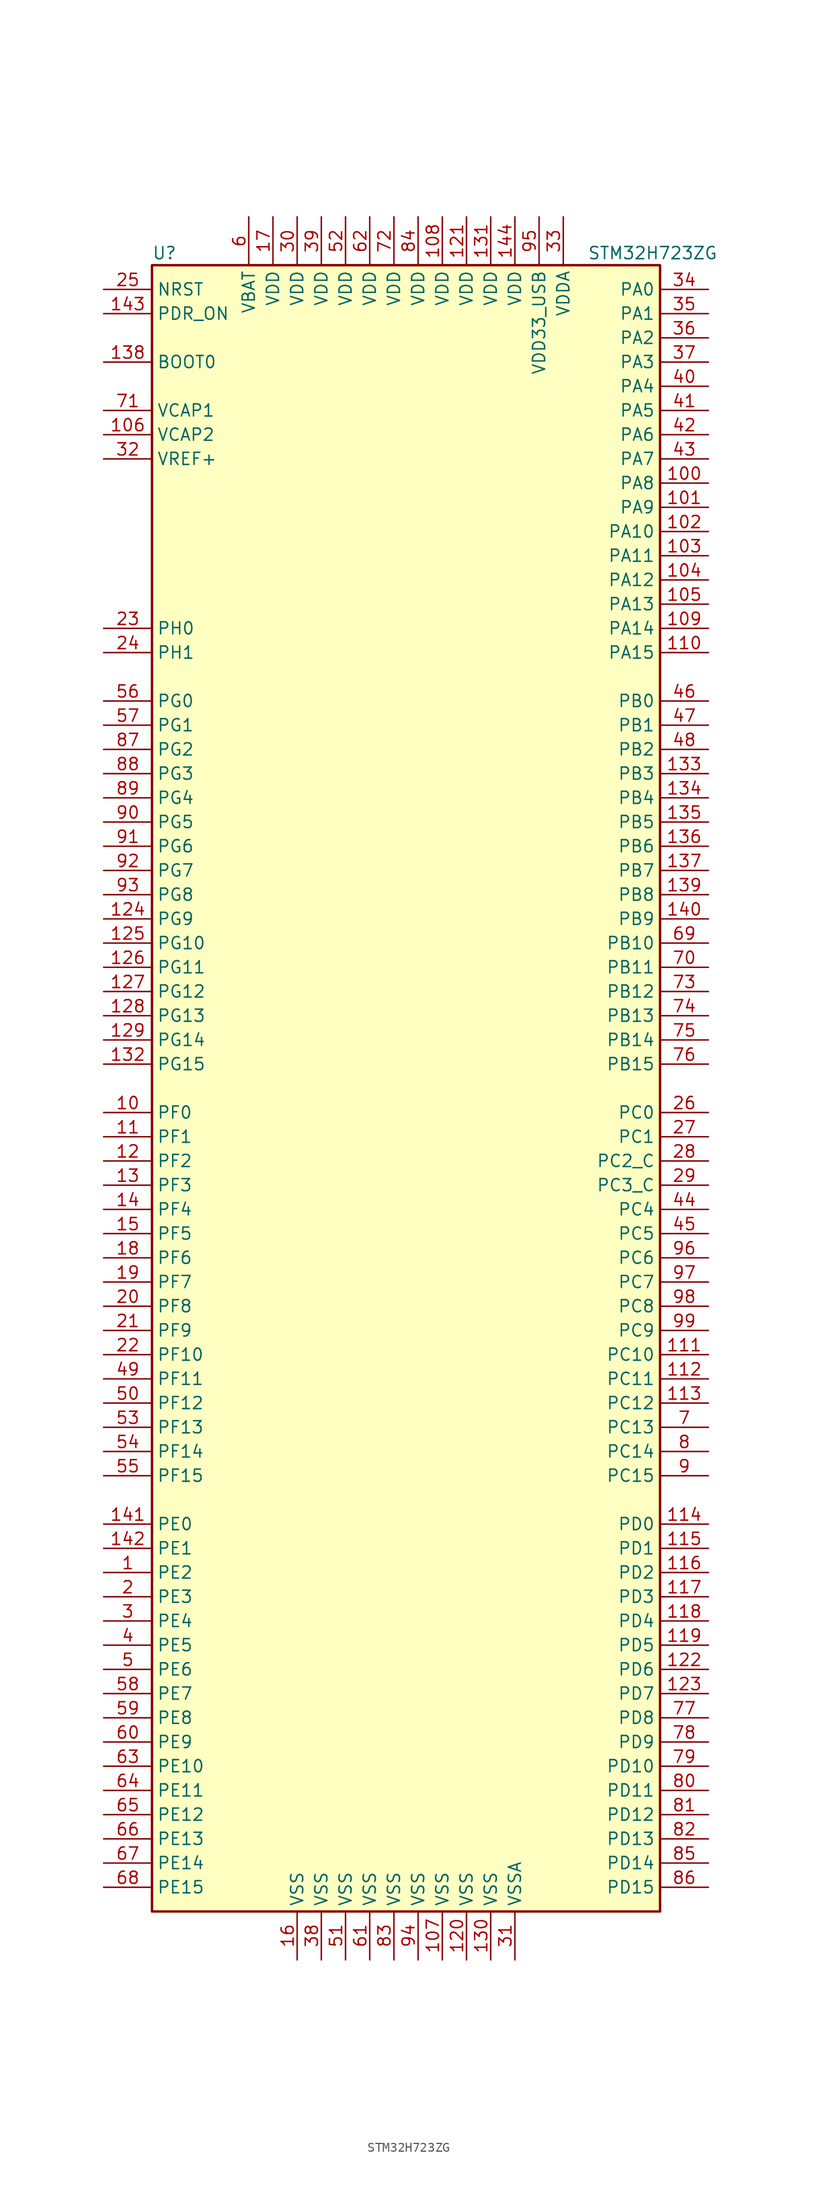
<source format=kicad_sym>
(kicad_symbol_lib
  (version 20241209)
  (generator "kicad_symbol_editor")
  (generator_version "9.0")
  (symbol "STM32H723ZG"
    (property "Reference" "U"
      (at -27.94 87.63 0)
      (effects (font (size 1.27 1.27)) (justify left)))
    (property "Value" "STM32H723ZG"
      (at 17.78 87.63 0)
      (effects (font (size 1.27 1.27)) (justify left)))
    (symbol "STM32H723ZG_0_1"
      (rectangle (start -27.94 -86.36) (end 25.4 86.36) (stroke (width 0.254) (type default)) (fill (type background))))
    (symbol "STM32H723ZG_1_1"
      (pin input line (at -33.02 83.82 0) (length 5.08) (name "NRST" (effects (font (size 1.27 1.27)))) (number "25" (effects (font (size 1.27 1.27)))))
      (pin input line (at -33.02 81.28 0) (length 5.08) (name "PDR_ON" (effects (font (size 1.27 1.27)))) (number "143" (effects (font (size 1.27 1.27)))))
      (pin input line (at -33.02 76.2 0) (length 5.08) (name "BOOT0" (effects (font (size 1.27 1.27)))) (number "138" (effects (font (size 1.27 1.27)))))
      (pin power_in line (at -33.02 71.12 0) (length 5.08) (name "VCAP1" (effects (font (size 1.27 1.27)))) (number "71" (effects (font (size 1.27 1.27)))))
      (pin power_in line (at -33.02 68.58 0) (length 5.08) (name "VCAP2" (effects (font (size 1.27 1.27)))) (number "106" (effects (font (size 1.27 1.27)))))
      (pin bidirectional line (at -33.02 66.04 0) (length 5.08) (name "VREF+" (effects (font (size 1.27 1.27)))) (number "32" (effects (font (size 1.27 1.27)))))
      (pin input line (at -33.02 48.26 0) (length 5.08) (name "PH0" (effects (font (size 1.27 1.27)))) (number "23" (effects (font (size 1.27 1.27)))))
      (pin input line (at -33.02 45.72 0) (length 5.08) (name "PH1" (effects (font (size 1.27 1.27)))) (number "24" (effects (font (size 1.27 1.27)))))
      (pin bidirectional line (at -33.02 40.64 0) (length 5.08) (name "PG0" (effects (font (size 1.27 1.27)))) (number "56" (effects (font (size 1.27 1.27)))))
      (pin bidirectional line (at -33.02 38.1 0) (length 5.08) (name "PG1" (effects (font (size 1.27 1.27)))) (number "57" (effects (font (size 1.27 1.27)))))
      (pin bidirectional line (at -33.02 35.56 0) (length 5.08) (name "PG2" (effects (font (size 1.27 1.27)))) (number "87" (effects (font (size 1.27 1.27)))))
      (pin bidirectional line (at -33.02 33.02 0) (length 5.08) (name "PG3" (effects (font (size 1.27 1.27)))) (number "88" (effects (font (size 1.27 1.27)))))
      (pin bidirectional line (at -33.02 30.48 0) (length 5.08) (name "PG4" (effects (font (size 1.27 1.27)))) (number "89" (effects (font (size 1.27 1.27)))))
      (pin bidirectional line (at -33.02 27.94 0) (length 5.08) (name "PG5" (effects (font (size 1.27 1.27)))) (number "90" (effects (font (size 1.27 1.27)))))
      (pin bidirectional line (at -33.02 25.4 0) (length 5.08) (name "PG6" (effects (font (size 1.27 1.27)))) (number "91" (effects (font (size 1.27 1.27)))))
      (pin bidirectional line (at -33.02 22.86 0) (length 5.08) (name "PG7" (effects (font (size 1.27 1.27)))) (number "92" (effects (font (size 1.27 1.27)))))
      (pin bidirectional line (at -33.02 20.32 0) (length 5.08) (name "PG8" (effects (font (size 1.27 1.27)))) (number "93" (effects (font (size 1.27 1.27)))))
      (pin bidirectional line (at -33.02 17.78 0) (length 5.08) (name "PG9" (effects (font (size 1.27 1.27)))) (number "124" (effects (font (size 1.27 1.27)))))
      (pin bidirectional line (at -33.02 15.24 0) (length 5.08) (name "PG10" (effects (font (size 1.27 1.27)))) (number "125" (effects (font (size 1.27 1.27)))))
      (pin bidirectional line (at -33.02 12.7 0) (length 5.08) (name "PG11" (effects (font (size 1.27 1.27)))) (number "126" (effects (font (size 1.27 1.27)))))
      (pin bidirectional line (at -33.02 10.16 0) (length 5.08) (name "PG12" (effects (font (size 1.27 1.27)))) (number "127" (effects (font (size 1.27 1.27)))))
      (pin bidirectional line (at -33.02 7.62 0) (length 5.08) (name "PG13" (effects (font (size 1.27 1.27)))) (number "128" (effects (font (size 1.27 1.27)))))
      (pin bidirectional line (at -33.02 5.08 0) (length 5.08) (name "PG14" (effects (font (size 1.27 1.27)))) (number "129" (effects (font (size 1.27 1.27)))))
      (pin bidirectional line (at -33.02 2.54 0) (length 5.08) (name "PG15" (effects (font (size 1.27 1.27)))) (number "132" (effects (font (size 1.27 1.27)))))
      (pin bidirectional line (at -33.02 -2.54 0) (length 5.08) (name "PF0" (effects (font (size 1.27 1.27)))) (number "10" (effects (font (size 1.27 1.27)))))
      (pin bidirectional line (at -33.02 -5.08 0) (length 5.08) (name "PF1" (effects (font (size 1.27 1.27)))) (number "11" (effects (font (size 1.27 1.27)))))
      (pin bidirectional line (at -33.02 -7.62 0) (length 5.08) (name "PF2" (effects (font (size 1.27 1.27)))) (number "12" (effects (font (size 1.27 1.27)))))
      (pin bidirectional line (at -33.02 -10.16 0) (length 5.08) (name "PF3" (effects (font (size 1.27 1.27)))) (number "13" (effects (font (size 1.27 1.27)))))
      (pin bidirectional line (at -33.02 -12.7 0) (length 5.08) (name "PF4" (effects (font (size 1.27 1.27)))) (number "14" (effects (font (size 1.27 1.27)))))
      (pin bidirectional line (at -33.02 -15.24 0) (length 5.08) (name "PF5" (effects (font (size 1.27 1.27)))) (number "15" (effects (font (size 1.27 1.27)))))
      (pin bidirectional line (at -33.02 -17.78 0) (length 5.08) (name "PF6" (effects (font (size 1.27 1.27)))) (number "18" (effects (font (size 1.27 1.27)))))
      (pin bidirectional line (at -33.02 -20.32 0) (length 5.08) (name "PF7" (effects (font (size 1.27 1.27)))) (number "19" (effects (font (size 1.27 1.27)))))
      (pin bidirectional line (at -33.02 -22.86 0) (length 5.08) (name "PF8" (effects (font (size 1.27 1.27)))) (number "20" (effects (font (size 1.27 1.27)))))
      (pin bidirectional line (at -33.02 -25.4 0) (length 5.08) (name "PF9" (effects (font (size 1.27 1.27)))) (number "21" (effects (font (size 1.27 1.27)))))
      (pin bidirectional line (at -33.02 -27.94 0) (length 5.08) (name "PF10" (effects (font (size 1.27 1.27)))) (number "22" (effects (font (size 1.27 1.27)))))
      (pin bidirectional line (at -33.02 -30.48 0) (length 5.08) (name "PF11" (effects (font (size 1.27 1.27)))) (number "49" (effects (font (size 1.27 1.27)))))
      (pin bidirectional line (at -33.02 -33.02 0) (length 5.08) (name "PF12" (effects (font (size 1.27 1.27)))) (number "50" (effects (font (size 1.27 1.27)))))
      (pin bidirectional line (at -33.02 -35.56 0) (length 5.08) (name "PF13" (effects (font (size 1.27 1.27)))) (number "53" (effects (font (size 1.27 1.27)))))
      (pin bidirectional line (at -33.02 -38.1 0) (length 5.08) (name "PF14" (effects (font (size 1.27 1.27)))) (number "54" (effects (font (size 1.27 1.27)))))
      (pin bidirectional line (at -33.02 -40.64 0) (length 5.08) (name "PF15" (effects (font (size 1.27 1.27)))) (number "55" (effects (font (size 1.27 1.27)))))
      (pin bidirectional line (at -33.02 -45.72 0) (length 5.08) (name "PE0" (effects (font (size 1.27 1.27)))) (number "141" (effects (font (size 1.27 1.27)))))
      (pin bidirectional line (at -33.02 -48.26 0) (length 5.08) (name "PE1" (effects (font (size 1.27 1.27)))) (number "142" (effects (font (size 1.27 1.27)))))
      (pin bidirectional line (at -33.02 -50.8 0) (length 5.08) (name "PE2" (effects (font (size 1.27 1.27)))) (number "1" (effects (font (size 1.27 1.27)))))
      (pin bidirectional line (at -33.02 -53.34 0) (length 5.08) (name "PE3" (effects (font (size 1.27 1.27)))) (number "2" (effects (font (size 1.27 1.27)))))
      (pin bidirectional line (at -33.02 -55.88 0) (length 5.08) (name "PE4" (effects (font (size 1.27 1.27)))) (number "3" (effects (font (size 1.27 1.27)))))
      (pin bidirectional line (at -33.02 -58.42 0) (length 5.08) (name "PE5" (effects (font (size 1.27 1.27)))) (number "4" (effects (font (size 1.27 1.27)))))
      (pin bidirectional line (at -33.02 -60.96 0) (length 5.08) (name "PE6" (effects (font (size 1.27 1.27)))) (number "5" (effects (font (size 1.27 1.27)))))
      (pin bidirectional line (at -33.02 -63.5 0) (length 5.08) (name "PE7" (effects (font (size 1.27 1.27)))) (number "58" (effects (font (size 1.27 1.27)))))
      (pin bidirectional line (at -33.02 -66.04 0) (length 5.08) (name "PE8" (effects (font (size 1.27 1.27)))) (number "59" (effects (font (size 1.27 1.27)))))
      (pin bidirectional line (at -33.02 -68.58 0) (length 5.08) (name "PE9" (effects (font (size 1.27 1.27)))) (number "60" (effects (font (size 1.27 1.27)))))
      (pin bidirectional line (at -33.02 -71.12 0) (length 5.08) (name "PE10" (effects (font (size 1.27 1.27)))) (number "63" (effects (font (size 1.27 1.27)))))
      (pin bidirectional line (at -33.02 -73.66 0) (length 5.08) (name "PE11" (effects (font (size 1.27 1.27)))) (number "64" (effects (font (size 1.27 1.27)))))
      (pin bidirectional line (at -33.02 -76.2 0) (length 5.08) (name "PE12" (effects (font (size 1.27 1.27)))) (number "65" (effects (font (size 1.27 1.27)))))
      (pin bidirectional line (at -33.02 -78.74 0) (length 5.08) (name "PE13" (effects (font (size 1.27 1.27)))) (number "66" (effects (font (size 1.27 1.27)))))
      (pin bidirectional line (at -33.02 -81.28 0) (length 5.08) (name "PE14" (effects (font (size 1.27 1.27)))) (number "67" (effects (font (size 1.27 1.27)))))
      (pin bidirectional line (at -33.02 -83.82 0) (length 5.08) (name "PE15" (effects (font (size 1.27 1.27)))) (number "68" (effects (font (size 1.27 1.27)))))
      (pin power_in line (at -17.78 91.44 270) (length 5.08) (name "VBAT" (effects (font (size 1.27 1.27)))) (number "6" (effects (font (size 1.27 1.27)))))
      (pin power_in line (at -15.24 91.44 270) (length 5.08) (name "VDD" (effects (font (size 1.27 1.27)))) (number "17" (effects (font (size 1.27 1.27)))))
      (pin power_in line (at -12.7 91.44 270) (length 5.08) (name "VDD" (effects (font (size 1.27 1.27)))) (number "30" (effects (font (size 1.27 1.27)))))
      (pin power_in line (at -12.7 -91.44 90) (length 5.08) (name "VSS" (effects (font (size 1.27 1.27)))) (number "16" (effects (font (size 1.27 1.27)))))
      (pin power_in line (at -10.16 91.44 270) (length 5.08) (name "VDD" (effects (font (size 1.27 1.27)))) (number "39" (effects (font (size 1.27 1.27)))))
      (pin power_in line (at -10.16 -91.44 90) (length 5.08) (name "VSS" (effects (font (size 1.27 1.27)))) (number "38" (effects (font (size 1.27 1.27)))))
      (pin power_in line (at -7.62 91.44 270) (length 5.08) (name "VDD" (effects (font (size 1.27 1.27)))) (number "52" (effects (font (size 1.27 1.27)))))
      (pin power_in line (at -7.62 -91.44 90) (length 5.08) (name "VSS" (effects (font (size 1.27 1.27)))) (number "51" (effects (font (size 1.27 1.27)))))
      (pin power_in line (at -5.08 91.44 270) (length 5.08) (name "VDD" (effects (font (size 1.27 1.27)))) (number "62" (effects (font (size 1.27 1.27)))))
      (pin power_in line (at -5.08 -91.44 90) (length 5.08) (name "VSS" (effects (font (size 1.27 1.27)))) (number "61" (effects (font (size 1.27 1.27)))))
      (pin power_in line (at -2.54 91.44 270) (length 5.08) (name "VDD" (effects (font (size 1.27 1.27)))) (number "72" (effects (font (size 1.27 1.27)))))
      (pin power_in line (at -2.54 -91.44 90) (length 5.08) (name "VSS" (effects (font (size 1.27 1.27)))) (number "83" (effects (font (size 1.27 1.27)))))
      (pin power_in line (at 0 91.44 270) (length 5.08) (name "VDD" (effects (font (size 1.27 1.27)))) (number "84" (effects (font (size 1.27 1.27)))))
      (pin power_in line (at 0 -91.44 90) (length 5.08) (name "VSS" (effects (font (size 1.27 1.27)))) (number "94" (effects (font (size 1.27 1.27)))))
      (pin power_in line (at 2.54 91.44 270) (length 5.08) (name "VDD" (effects (font (size 1.27 1.27)))) (number "108" (effects (font (size 1.27 1.27)))))
      (pin power_in line (at 2.54 -91.44 90) (length 5.08) (name "VSS" (effects (font (size 1.27 1.27)))) (number "107" (effects (font (size 1.27 1.27)))))
      (pin power_in line (at 5.08 91.44 270) (length 5.08) (name "VDD" (effects (font (size 1.27 1.27)))) (number "121" (effects (font (size 1.27 1.27)))))
      (pin power_in line (at 5.08 -91.44 90) (length 5.08) (name "VSS" (effects (font (size 1.27 1.27)))) (number "120" (effects (font (size 1.27 1.27)))))
      (pin power_in line (at 7.62 91.44 270) (length 5.08) (name "VDD" (effects (font (size 1.27 1.27)))) (number "131" (effects (font (size 1.27 1.27)))))
      (pin power_in line (at 7.62 -91.44 90) (length 5.08) (name "VSS" (effects (font (size 1.27 1.27)))) (number "130" (effects (font (size 1.27 1.27)))))
      (pin power_in line (at 10.16 91.44 270) (length 5.08) (name "VDD" (effects (font (size 1.27 1.27)))) (number "144" (effects (font (size 1.27 1.27)))))
      (pin power_in line (at 10.16 -91.44 90) (length 5.08) (name "VSSA" (effects (font (size 1.27 1.27)))) (number "31" (effects (font (size 1.27 1.27)))))
      (pin power_in line (at 12.7 91.44 270) (length 5.08) (name "VDD33_USB" (effects (font (size 1.27 1.27)))) (number "95" (effects (font (size 1.27 1.27)))))
      (pin power_in line (at 15.24 91.44 270) (length 5.08) (name "VDDA" (effects (font (size 1.27 1.27)))) (number "33" (effects (font (size 1.27 1.27)))))
      (pin bidirectional line (at 30.48 83.82 180) (length 5.08) (name "PA0" (effects (font (size 1.27 1.27)))) (number "34" (effects (font (size 1.27 1.27)))))
      (pin bidirectional line (at 30.48 81.28 180) (length 5.08) (name "PA1" (effects (font (size 1.27 1.27)))) (number "35" (effects (font (size 1.27 1.27)))))
      (pin bidirectional line (at 30.48 78.74 180) (length 5.08) (name "PA2" (effects (font (size 1.27 1.27)))) (number "36" (effects (font (size 1.27 1.27)))))
      (pin bidirectional line (at 30.48 76.2 180) (length 5.08) (name "PA3" (effects (font (size 1.27 1.27)))) (number "37" (effects (font (size 1.27 1.27)))))
      (pin bidirectional line (at 30.48 73.66 180) (length 5.08) (name "PA4" (effects (font (size 1.27 1.27)))) (number "40" (effects (font (size 1.27 1.27)))))
      (pin bidirectional line (at 30.48 71.12 180) (length 5.08) (name "PA5" (effects (font (size 1.27 1.27)))) (number "41" (effects (font (size 1.27 1.27)))))
      (pin bidirectional line (at 30.48 68.58 180) (length 5.08) (name "PA6" (effects (font (size 1.27 1.27)))) (number "42" (effects (font (size 1.27 1.27)))))
      (pin bidirectional line (at 30.48 66.04 180) (length 5.08) (name "PA7" (effects (font (size 1.27 1.27)))) (number "43" (effects (font (size 1.27 1.27)))))
      (pin bidirectional line (at 30.48 63.5 180) (length 5.08) (name "PA8" (effects (font (size 1.27 1.27)))) (number "100" (effects (font (size 1.27 1.27)))))
      (pin bidirectional line (at 30.48 60.96 180) (length 5.08) (name "PA9" (effects (font (size 1.27 1.27)))) (number "101" (effects (font (size 1.27 1.27)))))
      (pin bidirectional line (at 30.48 58.42 180) (length 5.08) (name "PA10" (effects (font (size 1.27 1.27)))) (number "102" (effects (font (size 1.27 1.27)))))
      (pin bidirectional line (at 30.48 55.88 180) (length 5.08) (name "PA11" (effects (font (size 1.27 1.27)))) (number "103" (effects (font (size 1.27 1.27)))))
      (pin bidirectional line (at 30.48 53.34 180) (length 5.08) (name "PA12" (effects (font (size 1.27 1.27)))) (number "104" (effects (font (size 1.27 1.27)))))
      (pin bidirectional line (at 30.48 50.8 180) (length 5.08) (name "PA13" (effects (font (size 1.27 1.27)))) (number "105" (effects (font (size 1.27 1.27)))))
      (pin bidirectional line (at 30.48 48.26 180) (length 5.08) (name "PA14" (effects (font (size 1.27 1.27)))) (number "109" (effects (font (size 1.27 1.27)))))
      (pin bidirectional line (at 30.48 45.72 180) (length 5.08) (name "PA15" (effects (font (size 1.27 1.27)))) (number "110" (effects (font (size 1.27 1.27)))))
      (pin bidirectional line (at 30.48 40.64 180) (length 5.08) (name "PB0" (effects (font (size 1.27 1.27)))) (number "46" (effects (font (size 1.27 1.27)))))
      (pin bidirectional line (at 30.48 38.1 180) (length 5.08) (name "PB1" (effects (font (size 1.27 1.27)))) (number "47" (effects (font (size 1.27 1.27)))))
      (pin bidirectional line (at 30.48 35.56 180) (length 5.08) (name "PB2" (effects (font (size 1.27 1.27)))) (number "48" (effects (font (size 1.27 1.27)))))
      (pin bidirectional line (at 30.48 33.02 180) (length 5.08) (name "PB3" (effects (font (size 1.27 1.27)))) (number "133" (effects (font (size 1.27 1.27)))))
      (pin bidirectional line (at 30.48 30.48 180) (length 5.08) (name "PB4" (effects (font (size 1.27 1.27)))) (number "134" (effects (font (size 1.27 1.27)))))
      (pin bidirectional line (at 30.48 27.94 180) (length 5.08) (name "PB5" (effects (font (size 1.27 1.27)))) (number "135" (effects (font (size 1.27 1.27)))))
      (pin bidirectional line (at 30.48 25.4 180) (length 5.08) (name "PB6" (effects (font (size 1.27 1.27)))) (number "136" (effects (font (size 1.27 1.27)))))
      (pin bidirectional line (at 30.48 22.86 180) (length 5.08) (name "PB7" (effects (font (size 1.27 1.27)))) (number "137" (effects (font (size 1.27 1.27)))))
      (pin bidirectional line (at 30.48 20.32 180) (length 5.08) (name "PB8" (effects (font (size 1.27 1.27)))) (number "139" (effects (font (size 1.27 1.27)))))
      (pin bidirectional line (at 30.48 17.78 180) (length 5.08) (name "PB9" (effects (font (size 1.27 1.27)))) (number "140" (effects (font (size 1.27 1.27)))))
      (pin bidirectional line (at 30.48 15.24 180) (length 5.08) (name "PB10" (effects (font (size 1.27 1.27)))) (number "69" (effects (font (size 1.27 1.27)))))
      (pin bidirectional line (at 30.48 12.7 180) (length 5.08) (name "PB11" (effects (font (size 1.27 1.27)))) (number "70" (effects (font (size 1.27 1.27)))))
      (pin bidirectional line (at 30.48 10.16 180) (length 5.08) (name "PB12" (effects (font (size 1.27 1.27)))) (number "73" (effects (font (size 1.27 1.27)))))
      (pin bidirectional line (at 30.48 7.62 180) (length 5.08) (name "PB13" (effects (font (size 1.27 1.27)))) (number "74" (effects (font (size 1.27 1.27)))))
      (pin bidirectional line (at 30.48 5.08 180) (length 5.08) (name "PB14" (effects (font (size 1.27 1.27)))) (number "75" (effects (font (size 1.27 1.27)))))
      (pin bidirectional line (at 30.48 2.54 180) (length 5.08) (name "PB15" (effects (font (size 1.27 1.27)))) (number "76" (effects (font (size 1.27 1.27)))))
      (pin bidirectional line (at 30.48 -2.54 180) (length 5.08) (name "PC0" (effects (font (size 1.27 1.27)))) (number "26" (effects (font (size 1.27 1.27)))))
      (pin bidirectional line (at 30.48 -5.08 180) (length 5.08) (name "PC1" (effects (font (size 1.27 1.27)))) (number "27" (effects (font (size 1.27 1.27)))))
      (pin bidirectional line (at 30.48 -7.62 180) (length 5.08) (name "PC2_C" (effects (font (size 1.27 1.27)))) (number "28" (effects (font (size 1.27 1.27)))))
      (pin bidirectional line (at 30.48 -10.16 180) (length 5.08) (name "PC3_C" (effects (font (size 1.27 1.27)))) (number "29" (effects (font (size 1.27 1.27)))))
      (pin bidirectional line (at 30.48 -12.7 180) (length 5.08) (name "PC4" (effects (font (size 1.27 1.27)))) (number "44" (effects (font (size 1.27 1.27)))))
      (pin bidirectional line (at 30.48 -15.24 180) (length 5.08) (name "PC5" (effects (font (size 1.27 1.27)))) (number "45" (effects (font (size 1.27 1.27)))))
      (pin bidirectional line (at 30.48 -17.78 180) (length 5.08) (name "PC6" (effects (font (size 1.27 1.27)))) (number "96" (effects (font (size 1.27 1.27)))))
      (pin bidirectional line (at 30.48 -20.32 180) (length 5.08) (name "PC7" (effects (font (size 1.27 1.27)))) (number "97" (effects (font (size 1.27 1.27)))))
      (pin bidirectional line (at 30.48 -22.86 180) (length 5.08) (name "PC8" (effects (font (size 1.27 1.27)))) (number "98" (effects (font (size 1.27 1.27)))))
      (pin bidirectional line (at 30.48 -25.4 180) (length 5.08) (name "PC9" (effects (font (size 1.27 1.27)))) (number "99" (effects (font (size 1.27 1.27)))))
      (pin bidirectional line (at 30.48 -27.94 180) (length 5.08) (name "PC10" (effects (font (size 1.27 1.27)))) (number "111" (effects (font (size 1.27 1.27)))))
      (pin bidirectional line (at 30.48 -30.48 180) (length 5.08) (name "PC11" (effects (font (size 1.27 1.27)))) (number "112" (effects (font (size 1.27 1.27)))))
      (pin bidirectional line (at 30.48 -33.02 180) (length 5.08) (name "PC12" (effects (font (size 1.27 1.27)))) (number "113" (effects (font (size 1.27 1.27)))))
      (pin bidirectional line (at 30.48 -35.56 180) (length 5.08) (name "PC13" (effects (font (size 1.27 1.27)))) (number "7" (effects (font (size 1.27 1.27)))))
      (pin bidirectional line (at 30.48 -38.1 180) (length 5.08) (name "PC14" (effects (font (size 1.27 1.27)))) (number "8" (effects (font (size 1.27 1.27)))))
      (pin bidirectional line (at 30.48 -40.64 180) (length 5.08) (name "PC15" (effects (font (size 1.27 1.27)))) (number "9" (effects (font (size 1.27 1.27)))))
      (pin bidirectional line (at 30.48 -45.72 180) (length 5.08) (name "PD0" (effects (font (size 1.27 1.27)))) (number "114" (effects (font (size 1.27 1.27)))))
      (pin bidirectional line (at 30.48 -48.26 180) (length 5.08) (name "PD1" (effects (font (size 1.27 1.27)))) (number "115" (effects (font (size 1.27 1.27)))))
      (pin bidirectional line (at 30.48 -50.8 180) (length 5.08) (name "PD2" (effects (font (size 1.27 1.27)))) (number "116" (effects (font (size 1.27 1.27)))))
      (pin bidirectional line (at 30.48 -53.34 180) (length 5.08) (name "PD3" (effects (font (size 1.27 1.27)))) (number "117" (effects (font (size 1.27 1.27)))))
      (pin bidirectional line (at 30.48 -55.88 180) (length 5.08) (name "PD4" (effects (font (size 1.27 1.27)))) (number "118" (effects (font (size 1.27 1.27)))))
      (pin bidirectional line (at 30.48 -58.42 180) (length 5.08) (name "PD5" (effects (font (size 1.27 1.27)))) (number "119" (effects (font (size 1.27 1.27)))))
      (pin bidirectional line (at 30.48 -60.96 180) (length 5.08) (name "PD6" (effects (font (size 1.27 1.27)))) (number "122" (effects (font (size 1.27 1.27)))))
      (pin bidirectional line (at 30.48 -63.5 180) (length 5.08) (name "PD7" (effects (font (size 1.27 1.27)))) (number "123" (effects (font (size 1.27 1.27)))))
      (pin bidirectional line (at 30.48 -66.04 180) (length 5.08) (name "PD8" (effects (font (size 1.27 1.27)))) (number "77" (effects (font (size 1.27 1.27)))))
      (pin bidirectional line (at 30.48 -68.58 180) (length 5.08) (name "PD9" (effects (font (size 1.27 1.27)))) (number "78" (effects (font (size 1.27 1.27)))))
      (pin bidirectional line (at 30.48 -71.12 180) (length 5.08) (name "PD10" (effects (font (size 1.27 1.27)))) (number "79" (effects (font (size 1.27 1.27)))))
      (pin bidirectional line (at 30.48 -73.66 180) (length 5.08) (name "PD11" (effects (font (size 1.27 1.27)))) (number "80" (effects (font (size 1.27 1.27)))))
      (pin bidirectional line (at 30.48 -76.2 180) (length 5.08) (name "PD12" (effects (font (size 1.27 1.27)))) (number "81" (effects (font (size 1.27 1.27)))))
      (pin bidirectional line (at 30.48 -78.74 180) (length 5.08) (name "PD13" (effects (font (size 1.27 1.27)))) (number "82" (effects (font (size 1.27 1.27)))))
      (pin bidirectional line (at 30.48 -81.28 180) (length 5.08) (name "PD14" (effects (font (size 1.27 1.27)))) (number "85" (effects (font (size 1.27 1.27)))))
      (pin bidirectional line (at 30.48 -83.82 180) (length 5.08) (name "PD15" (effects (font (size 1.27 1.27)))) (number "86" (effects (font (size 1.27 1.27))))))))
</source>
